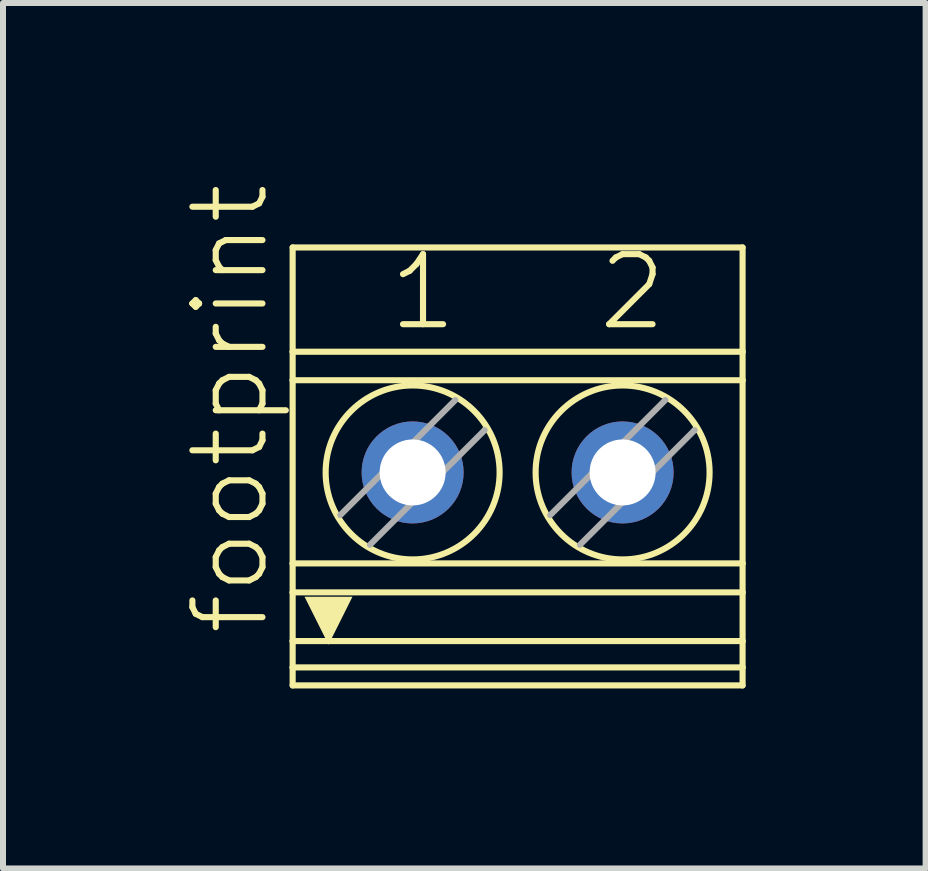
<source format=kicad_pcb>
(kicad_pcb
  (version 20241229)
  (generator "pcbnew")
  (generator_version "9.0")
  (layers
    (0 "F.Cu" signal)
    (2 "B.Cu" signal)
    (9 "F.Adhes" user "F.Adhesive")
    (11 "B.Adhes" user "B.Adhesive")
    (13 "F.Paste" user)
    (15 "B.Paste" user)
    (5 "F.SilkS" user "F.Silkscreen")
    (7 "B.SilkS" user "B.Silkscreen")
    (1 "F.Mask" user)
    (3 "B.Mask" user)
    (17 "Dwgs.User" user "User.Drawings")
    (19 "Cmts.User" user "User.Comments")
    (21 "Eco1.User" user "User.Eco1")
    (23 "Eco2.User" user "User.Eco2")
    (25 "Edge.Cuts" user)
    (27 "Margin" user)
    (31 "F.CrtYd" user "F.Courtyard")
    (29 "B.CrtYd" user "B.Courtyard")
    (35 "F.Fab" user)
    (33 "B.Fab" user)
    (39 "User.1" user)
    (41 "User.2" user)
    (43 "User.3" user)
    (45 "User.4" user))
  (footprint "footprint"
    (layer "F.Cu")
    (at 5.578 4.725)
    (property "Reference" "footprint" (at -4.105 2.857 90) (layer "F.SilkS") (effects (font (size 1.168 1.168) (thickness 0.102)) (justify left bottom)))
    (fp_line (start -3.75 -3.65) (end -3.75 -1.912) (stroke (width 0.102) (type solid)) (layer "F.SilkS"))
    (fp_line (start -3.75 -3.65) (end 3.75 -3.65) (stroke (width 0.102) (type solid)) (layer "F.SilkS"))
    (fp_line (start -3.75 -1.912) (end -3.75 -1.437) (stroke (width 0.102) (type solid)) (layer "F.SilkS"))
    (fp_line (start -3.75 -1.912) (end 3.75 -1.912) (stroke (width 0.102) (type solid)) (layer "F.SilkS"))
    (fp_line (start -3.75 1.616) (end -3.75 -1.437) (stroke (width 0.102) (type solid)) (layer "F.SilkS"))
    (fp_line (start -3.75 1.616) (end -3.75 2.099) (stroke (width 0.102) (type solid)) (layer "F.SilkS"))
    (fp_line (start -3.75 1.616) (end 3.75 1.616) (stroke (width 0.102) (type solid)) (layer "F.SilkS"))
    (fp_line (start -3.75 2.099) (end -3.75 2.911) (stroke (width 0.102) (type solid)) (layer "F.SilkS"))
    (fp_line (start -3.75 2.911) (end -3.75 3.35) (stroke (width 0.102) (type solid)) (layer "F.SilkS"))
    (fp_line (start -3.75 3.35) (end -3.75 3.65) (stroke (width 0.102) (type solid)) (layer "F.SilkS"))
    (fp_line (start -3.75 3.35) (end 3.75 3.35) (stroke (width 0.102) (type solid)) (layer "F.SilkS"))
    (fp_line (start -3.75 3.65) (end 3.75 3.65) (stroke (width 0.102) (type solid)) (layer "F.SilkS"))
    (fp_line (start -0.544 -0.611) (end -0.55 -0.605) (stroke (width 0.102) (type solid)) (layer "F.SilkS"))
    (fp_line (start 2.956 -0.611) (end 2.95 -0.605) (stroke (width 0.102) (type solid)) (layer "F.SilkS"))
    (fp_line (start 3.75 -3.65) (end 3.75 -1.912) (stroke (width 0.102) (type solid)) (layer "F.SilkS"))
    (fp_line (start 3.75 -1.437) (end -3.75 -1.437) (stroke (width 0.102) (type solid)) (layer "F.SilkS"))
    (fp_line (start 3.75 -1.437) (end 3.75 -1.912) (stroke (width 0.102) (type solid)) (layer "F.SilkS"))
    (fp_line (start 3.75 1.616) (end 3.75 -1.437) (stroke (width 0.102) (type solid)) (layer "F.SilkS"))
    (fp_line (start 3.75 1.616) (end 3.75 2.099) (stroke (width 0.102) (type solid)) (layer "F.SilkS"))
    (fp_line (start 3.75 2.099) (end -3.75 2.099) (stroke (width 0.102) (type solid)) (layer "F.SilkS"))
    (fp_line (start 3.75 2.099) (end 3.75 2.911) (stroke (width 0.102) (type solid)) (layer "F.SilkS"))
    (fp_line (start 3.75 2.911) (end -3.75 2.911) (stroke (width 0.102) (type solid)) (layer "F.SilkS"))
    (fp_line (start 3.75 2.911) (end 3.75 3.35) (stroke (width 0.102) (type solid)) (layer "F.SilkS"))
    (fp_line (start 3.75 3.35) (end 3.75 3.65) (stroke (width 0.102) (type solid)) (layer "F.SilkS"))
    (fp_circle (center -1.75 0.1) (end -0.3 0.1) (stroke (width 0.102) (type solid)) (fill no) (layer "F.SilkS"))
    (fp_circle (center 1.75 0.1) (end 3.2 0.1) (stroke (width 0.102) (type solid)) (fill no) (layer "F.SilkS"))
    (fp_poly (pts (xy -3.152 2.971) (xy -3.552 2.172) (xy -2.753 2.172)) (stroke (width 0) (type solid)) (fill yes) (layer "F.SilkS"))
    (fp_line (start -2.956 0.811) (end -1.039 -1.106) (stroke (width 0.102) (type solid)) (layer "F.Fab"))
    (fp_line (start -0.55 -0.605) (end -2.461 1.306) (stroke (width 0.102) (type solid)) (layer "F.Fab"))
    (fp_line (start 0.544 0.811) (end 2.461 -1.106) (stroke (width 0.102) (type solid)) (layer "F.Fab"))
    (fp_line (start 2.95 -0.605) (end 1.039 1.306) (stroke (width 0.102) (type solid)) (layer "F.Fab"))
    (fp_text user "2" (at 1.292 -2.223 0) (layer "F.SilkS") (effects (font (size 1.168 1.168) (thickness 0.102)) (justify left bottom)))
    (fp_text user "1" (at -2.2 -2.223 0) (layer "F.SilkS") (effects (font (size 1.168 1.168) (thickness 0.102)) (justify left bottom)))
    (pad "1" thru_hole circle (at -1.75 0.1 90) (size 1.7 1.7) (drill 1.1) (layers "*.Cu" "*.Mask"))
    (pad "2" thru_hole circle (at 1.75 0.1 90) (size 1.7 1.7) (drill 1.1) (layers "*.Cu" "*.Mask")))
  (gr_rect
    (start -3 -3)
    (end 12.379 11.426)
    (stroke (width 0.1) (type default))
    (fill no)
    (layer "Edge.Cuts")))
</source>
